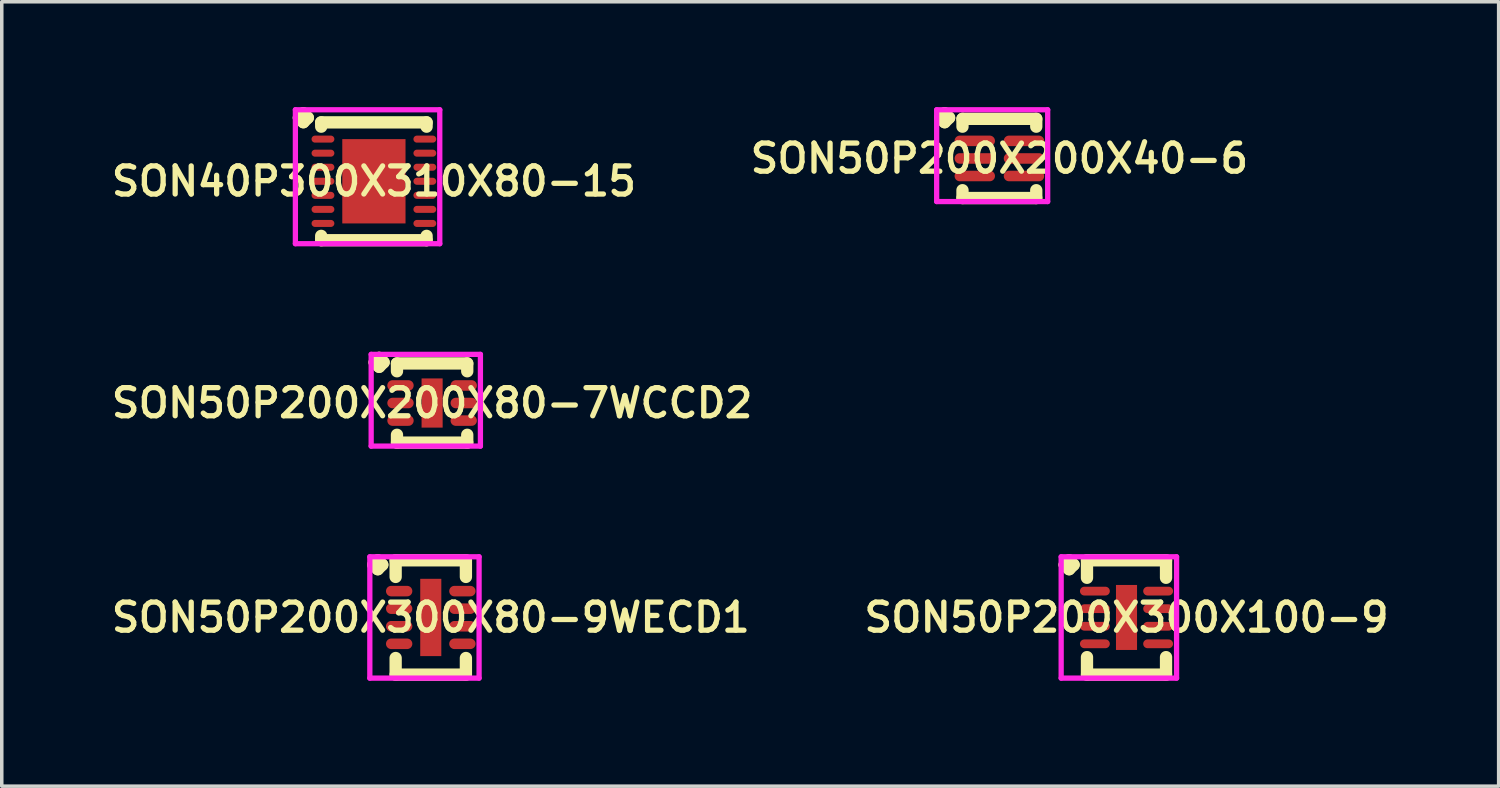
<source format=kicad_pcb>
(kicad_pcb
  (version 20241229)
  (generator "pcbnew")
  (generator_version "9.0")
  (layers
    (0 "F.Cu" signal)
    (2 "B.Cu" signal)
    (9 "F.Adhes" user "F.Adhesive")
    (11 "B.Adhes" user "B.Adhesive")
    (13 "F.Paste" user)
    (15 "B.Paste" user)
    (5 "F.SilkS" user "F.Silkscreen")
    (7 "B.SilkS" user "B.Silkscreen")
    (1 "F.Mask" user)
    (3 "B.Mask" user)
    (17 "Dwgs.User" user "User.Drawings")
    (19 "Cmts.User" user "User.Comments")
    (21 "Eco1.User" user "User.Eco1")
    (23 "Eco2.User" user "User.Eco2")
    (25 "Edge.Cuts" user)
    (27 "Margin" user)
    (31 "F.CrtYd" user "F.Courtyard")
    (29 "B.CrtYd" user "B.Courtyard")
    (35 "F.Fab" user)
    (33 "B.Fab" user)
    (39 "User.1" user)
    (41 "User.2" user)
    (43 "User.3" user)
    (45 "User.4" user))
  (footprint "SON50P200X200X80-7WCCD2"
    (layer "F.Cu")
    (at 9.25 8.422)
    (property "Reference" "SON50P200X200X80-7WCCD2" (at 0 0 0) (layer "F.SilkS") (effects (font (size 0.8 0.8) (thickness 0.15))))
    (attr smd)
    (fp_line (start -1.635 -1.158) (end -1.508 -1.285) (stroke (width 0.35) (type solid)) (layer "F.SilkS"))
    (fp_line (start -1.508 -1.285) (end -1.381 -1.158) (stroke (width 0.35) (type solid)) (layer "F.SilkS"))
    (fp_line (start -1.508 -1.031) (end -1.635 -1.158) (stroke (width 0.35) (type solid)) (layer "F.SilkS"))
    (fp_line (start -1.381 -1.158) (end -1.508 -1.031) (stroke (width 0.35) (type solid)) (layer "F.SilkS"))
    (fp_line (start -1 -1.127) (end 1 -1.127) (stroke (width 0.35) (type solid)) (layer "F.SilkS"))
    (fp_line (start -1 -0.904) (end -1 -1.127) (stroke (width 0.35) (type solid)) (layer "F.SilkS"))
    (fp_line (start -1 0.904) (end -1 1.127) (stroke (width 0.35) (type solid)) (layer "F.SilkS"))
    (fp_line (start -1 1.127) (end 1 1.127) (stroke (width 0.35) (type solid)) (layer "F.SilkS"))
    (fp_line (start 1 -1.127) (end 1 -0.904) (stroke (width 0.35) (type solid)) (layer "F.SilkS"))
    (fp_line (start 1 1.127) (end 1 0.904) (stroke (width 0.35) (type solid)) (layer "F.SilkS"))
    (fp_line (start -1.735 -1.385) (end 1.375 -1.385) (stroke (width 0.15) (type solid)) (layer "F.CrtYd"))
    (fp_line (start -1.735 1.227) (end -1.735 -1.385) (stroke (width 0.15) (type solid)) (layer "F.CrtYd"))
    (fp_line (start 1.375 -1.385) (end 1.375 1.227) (stroke (width 0.15) (type solid)) (layer "F.CrtYd"))
    (fp_line (start 1.375 1.227) (end -1.735 1.227) (stroke (width 0.15) (type solid)) (layer "F.CrtYd"))
    (pad "1" smd oval (at -0.9 -0.5) (size 0.75 0.3) (layers "F.Cu" "F.Mask" "F.Paste"))
    (pad "2" smd oval (at -0.9 0) (size 0.75 0.3) (layers "F.Cu" "F.Mask" "F.Paste"))
    (pad "3" smd oval (at -0.9 0.5) (size 0.75 0.3) (layers "F.Cu" "F.Mask" "F.Paste"))
    (pad "4" smd oval (at 0.9 0.5) (size 0.75 0.3) (layers "F.Cu" "F.Mask" "F.Paste"))
    (pad "5" smd oval (at 0.9 0) (size 0.75 0.3) (layers "F.Cu" "F.Mask" "F.Paste"))
    (pad "6" smd oval (at 0.9 -0.5) (size 0.75 0.3) (layers "F.Cu" "F.Mask" "F.Paste"))
    (pad "7" smd rect (at 0 0) (size 0.6 1.4) (layers "F.Cu" "F.Mask" "F.Paste")))
  (footprint "SON50P200X200X40-6"
    (layer "F.Cu")
    (at 25.397 1.46)
    (property "Reference" "SON50P200X200X40-6" (at 0 0 0) (layer "F.SilkS") (effects (font (size 0.8 0.8) (thickness 0.15))))
    (attr smd)
    (fp_line (start -1.685 -1.158) (end -1.558 -1.285) (stroke (width 0.35) (type solid)) (layer "F.SilkS"))
    (fp_line (start -1.558 -1.285) (end -1.431 -1.158) (stroke (width 0.35) (type solid)) (layer "F.SilkS"))
    (fp_line (start -1.558 -1.031) (end -1.685 -1.158) (stroke (width 0.35) (type solid)) (layer "F.SilkS"))
    (fp_line (start -1.431 -1.158) (end -1.558 -1.031) (stroke (width 0.35) (type solid)) (layer "F.SilkS"))
    (fp_line (start -1.05 -1.127) (end 1.05 -1.127) (stroke (width 0.35) (type solid)) (layer "F.SilkS"))
    (fp_line (start -1.05 -0.904) (end -1.05 -1.127) (stroke (width 0.35) (type solid)) (layer "F.SilkS"))
    (fp_line (start -1.05 0.904) (end -1.05 1.127) (stroke (width 0.35) (type solid)) (layer "F.SilkS"))
    (fp_line (start -1.05 1.127) (end 1.05 1.127) (stroke (width 0.35) (type solid)) (layer "F.SilkS"))
    (fp_line (start 1.05 -1.127) (end 1.05 -0.904) (stroke (width 0.35) (type solid)) (layer "F.SilkS"))
    (fp_line (start 1.05 1.127) (end 1.05 0.904) (stroke (width 0.35) (type solid)) (layer "F.SilkS"))
    (fp_line (start -1.785 -1.385) (end 1.375 -1.385) (stroke (width 0.15) (type solid)) (layer "F.CrtYd"))
    (fp_line (start -1.785 1.227) (end -1.785 -1.385) (stroke (width 0.15) (type solid)) (layer "F.CrtYd"))
    (fp_line (start 1.375 -1.385) (end 1.375 1.227) (stroke (width 0.15) (type solid)) (layer "F.CrtYd"))
    (fp_line (start 1.375 1.227) (end -1.785 1.227) (stroke (width 0.15) (type solid)) (layer "F.CrtYd"))
    (pad "1" smd oval (at -0.7 -0.5) (size 1.15 0.3) (layers "F.Cu" "F.Mask" "F.Paste"))
    (pad "2" smd oval (at -0.7 0) (size 1.15 0.3) (layers "F.Cu" "F.Mask" "F.Paste"))
    (pad "3" smd oval (at -0.7 0.5) (size 1.15 0.3) (layers "F.Cu" "F.Mask" "F.Paste"))
    (pad "4" smd oval (at 0.7 0.5) (size 1.15 0.3) (layers "F.Cu" "F.Mask" "F.Paste"))
    (pad "5" smd oval (at 0.7 0) (size 1.15 0.3) (layers "F.Cu" "F.Mask" "F.Paste"))
    (pad "6" smd oval (at 0.7 -0.5) (size 1.15 0.3) (layers "F.Cu" "F.Mask" "F.Paste")))
  (footprint "SON50P200X300X80-9WECD1"
    (layer "F.Cu")
    (at 9.212 14.526)
    (property "Reference" "SON50P200X300X80-9WECD1" (at 0 0 0) (layer "F.SilkS") (effects (font (size 0.8 0.8) (thickness 0.15))))
    (attr smd)
    (fp_line (start -1.635 -1.5) (end -1.508 -1.627) (stroke (width 0.35) (type solid)) (layer "F.SilkS"))
    (fp_line (start -1.508 -1.627) (end -1.381 -1.5) (stroke (width 0.35) (type solid)) (layer "F.SilkS"))
    (fp_line (start -1.508 -1.373) (end -1.635 -1.5) (stroke (width 0.35) (type solid)) (layer "F.SilkS"))
    (fp_line (start -1.381 -1.5) (end -1.508 -1.373) (stroke (width 0.35) (type solid)) (layer "F.SilkS"))
    (fp_line (start -1 -1.627) (end 1 -1.627) (stroke (width 0.35) (type solid)) (layer "F.SilkS"))
    (fp_line (start -1 -1.154) (end -1 -1.627) (stroke (width 0.35) (type solid)) (layer "F.SilkS"))
    (fp_line (start -1 1.154) (end -1 1.627) (stroke (width 0.35) (type solid)) (layer "F.SilkS"))
    (fp_line (start -1 1.627) (end 1 1.627) (stroke (width 0.35) (type solid)) (layer "F.SilkS"))
    (fp_line (start 1 -1.627) (end 1 -1.154) (stroke (width 0.35) (type solid)) (layer "F.SilkS"))
    (fp_line (start 1 1.627) (end 1 1.154) (stroke (width 0.35) (type solid)) (layer "F.SilkS"))
    (fp_line (start -1.735 -1.727) (end 1.375 -1.727) (stroke (width 0.15) (type solid)) (layer "F.CrtYd"))
    (fp_line (start -1.735 1.727) (end -1.735 -1.727) (stroke (width 0.15) (type solid)) (layer "F.CrtYd"))
    (fp_line (start 1.375 -1.727) (end 1.375 1.727) (stroke (width 0.15) (type solid)) (layer "F.CrtYd"))
    (fp_line (start 1.375 1.727) (end -1.735 1.727) (stroke (width 0.15) (type solid)) (layer "F.CrtYd"))
    (pad "1" smd oval (at -0.9 -0.75) (size 0.75 0.3) (layers "F.Cu" "F.Mask" "F.Paste"))
    (pad "2" smd oval (at -0.9 -0.25) (size 0.75 0.3) (layers "F.Cu" "F.Mask" "F.Paste"))
    (pad "3" smd oval (at -0.9 0.25) (size 0.75 0.3) (layers "F.Cu" "F.Mask" "F.Paste"))
    (pad "4" smd oval (at -0.9 0.75) (size 0.75 0.3) (layers "F.Cu" "F.Mask" "F.Paste"))
    (pad "5" smd oval (at 0.9 0.75) (size 0.75 0.3) (layers "F.Cu" "F.Mask" "F.Paste"))
    (pad "6" smd oval (at 0.9 0.25) (size 0.75 0.3) (layers "F.Cu" "F.Mask" "F.Paste"))
    (pad "7" smd oval (at 0.9 -0.25) (size 0.75 0.3) (layers "F.Cu" "F.Mask" "F.Paste"))
    (pad "8" smd oval (at 0.9 -0.75) (size 0.75 0.3) (layers "F.Cu" "F.Mask" "F.Paste"))
    (pad "9" smd rect (at 0 0) (size 0.6 2.2) (layers "F.Cu" "F.Mask" "F.Paste")))
  (footprint "SON40P300X310X80-15"
    (layer "F.Cu")
    (at 7.593 2.11)
    (property "Reference" "SON40P300X310X80-15" (at 0 0 0) (layer "F.SilkS") (effects (font (size 0.8 0.8) (thickness 0.15))))
    (attr smd)
    (fp_line (start -2.135 -1.808) (end -2.008 -1.935) (stroke (width 0.35) (type solid)) (layer "F.SilkS"))
    (fp_line (start -2.008 -1.935) (end -1.881 -1.808) (stroke (width 0.35) (type solid)) (layer "F.SilkS"))
    (fp_line (start -2.008 -1.681) (end -2.135 -1.808) (stroke (width 0.35) (type solid)) (layer "F.SilkS"))
    (fp_line (start -1.881 -1.808) (end -2.008 -1.681) (stroke (width 0.35) (type solid)) (layer "F.SilkS"))
    (fp_line (start -1.5 -1.677) (end 1.5 -1.677) (stroke (width 0.35) (type solid)) (layer "F.SilkS"))
    (fp_line (start -1.5 -1.554) (end -1.5 -1.677) (stroke (width 0.35) (type solid)) (layer "F.SilkS"))
    (fp_line (start -1.5 1.554) (end -1.5 1.677) (stroke (width 0.35) (type solid)) (layer "F.SilkS"))
    (fp_line (start -1.5 1.677) (end 1.5 1.677) (stroke (width 0.35) (type solid)) (layer "F.SilkS"))
    (fp_line (start 1.5 -1.677) (end 1.5 -1.554) (stroke (width 0.35) (type solid)) (layer "F.SilkS"))
    (fp_line (start 1.5 1.677) (end 1.5 1.554) (stroke (width 0.35) (type solid)) (layer "F.SilkS"))
    (fp_line (start -2.235 -2.035) (end 1.875 -2.035) (stroke (width 0.15) (type solid)) (layer "F.CrtYd"))
    (fp_line (start -2.235 1.777) (end -2.235 -2.035) (stroke (width 0.15) (type solid)) (layer "F.CrtYd"))
    (fp_line (start 1.875 -2.035) (end 1.875 1.777) (stroke (width 0.15) (type solid)) (layer "F.CrtYd"))
    (fp_line (start 1.875 1.777) (end -2.235 1.777) (stroke (width 0.15) (type solid)) (layer "F.CrtYd"))
    (pad "1" smd oval (at -1.45 -1.2) (size 0.65 0.2) (layers "F.Cu" "F.Mask" "F.Paste"))
    (pad "2" smd oval (at -1.45 -0.8) (size 0.65 0.2) (layers "F.Cu" "F.Mask" "F.Paste"))
    (pad "3" smd oval (at -1.45 -0.4) (size 0.65 0.2) (layers "F.Cu" "F.Mask" "F.Paste"))
    (pad "4" smd oval (at -1.45 0) (size 0.65 0.2) (layers "F.Cu" "F.Mask" "F.Paste"))
    (pad "5" smd oval (at -1.45 0.4) (size 0.65 0.2) (layers "F.Cu" "F.Mask" "F.Paste"))
    (pad "6" smd oval (at -1.45 0.8) (size 0.65 0.2) (layers "F.Cu" "F.Mask" "F.Paste"))
    (pad "7" smd oval (at -1.45 1.2) (size 0.65 0.2) (layers "F.Cu" "F.Mask" "F.Paste"))
    (pad "8" smd oval (at 1.45 1.2) (size 0.65 0.2) (layers "F.Cu" "F.Mask" "F.Paste"))
    (pad "9" smd oval (at 1.45 0.8) (size 0.65 0.2) (layers "F.Cu" "F.Mask" "F.Paste"))
    (pad "10" smd oval (at 1.45 0.4) (size 0.65 0.2) (layers "F.Cu" "F.Mask" "F.Paste"))
    (pad "11" smd oval (at 1.45 0) (size 0.65 0.2) (layers "F.Cu" "F.Mask" "F.Paste"))
    (pad "12" smd oval (at 1.45 -0.4) (size 0.65 0.2) (layers "F.Cu" "F.Mask" "F.Paste"))
    (pad "13" smd oval (at 1.45 -0.8) (size 0.65 0.2) (layers "F.Cu" "F.Mask" "F.Paste"))
    (pad "14" smd oval (at 1.45 -1.2) (size 0.65 0.2) (layers "F.Cu" "F.Mask" "F.Paste"))
    (pad "15" smd rect (at 0 0) (size 1.8 2.4) (layers "F.Cu" "F.Mask" "F.Paste")))
  (footprint "SON50P200X300X100-9"
    (layer "F.Cu")
    (at 29.016 14.526)
    (property "Reference" "SON50P200X300X100-9" (at 0 0 0) (layer "F.SilkS") (effects (font (size 0.8 0.8) (thickness 0.15))))
    (attr smd)
    (fp_line (start -1.76 -1.5) (end -1.633 -1.627) (stroke (width 0.35) (type solid)) (layer "F.SilkS"))
    (fp_line (start -1.633 -1.627) (end -1.506 -1.5) (stroke (width 0.35) (type solid)) (layer "F.SilkS"))
    (fp_line (start -1.633 -1.373) (end -1.76 -1.5) (stroke (width 0.35) (type solid)) (layer "F.SilkS"))
    (fp_line (start -1.506 -1.5) (end -1.633 -1.373) (stroke (width 0.35) (type solid)) (layer "F.SilkS"))
    (fp_line (start -1.125 -1.627) (end 1.125 -1.627) (stroke (width 0.35) (type solid)) (layer "F.SilkS"))
    (fp_line (start -1.125 -1.129) (end -1.125 -1.627) (stroke (width 0.35) (type solid)) (layer "F.SilkS"))
    (fp_line (start -1.125 1.129) (end -1.125 1.627) (stroke (width 0.35) (type solid)) (layer "F.SilkS"))
    (fp_line (start -1.125 1.627) (end 1.125 1.627) (stroke (width 0.35) (type solid)) (layer "F.SilkS"))
    (fp_line (start 1.125 -1.627) (end 1.125 -1.129) (stroke (width 0.35) (type solid)) (layer "F.SilkS"))
    (fp_line (start 1.125 1.627) (end 1.125 1.129) (stroke (width 0.35) (type solid)) (layer "F.SilkS"))
    (fp_line (start -1.86 -1.727) (end 1.425 -1.727) (stroke (width 0.15) (type solid)) (layer "F.CrtYd"))
    (fp_line (start -1.86 1.727) (end -1.86 -1.727) (stroke (width 0.15) (type solid)) (layer "F.CrtYd"))
    (fp_line (start 1.425 -1.727) (end 1.425 1.727) (stroke (width 0.15) (type solid)) (layer "F.CrtYd"))
    (fp_line (start 1.425 1.727) (end -1.86 1.727) (stroke (width 0.15) (type solid)) (layer "F.CrtYd"))
    (pad "1" smd oval (at -0.9 -0.75) (size 0.85 0.25) (layers "F.Cu" "F.Mask" "F.Paste"))
    (pad "2" smd oval (at -0.9 -0.25) (size 0.85 0.25) (layers "F.Cu" "F.Mask" "F.Paste"))
    (pad "3" smd oval (at -0.9 0.25) (size 0.85 0.25) (layers "F.Cu" "F.Mask" "F.Paste"))
    (pad "4" smd oval (at -0.9 0.75) (size 0.85 0.25) (layers "F.Cu" "F.Mask" "F.Paste"))
    (pad "5" smd oval (at 0.9 0.75) (size 0.85 0.25) (layers "F.Cu" "F.Mask" "F.Paste"))
    (pad "6" smd oval (at 0.9 0.25) (size 0.85 0.25) (layers "F.Cu" "F.Mask" "F.Paste"))
    (pad "7" smd oval (at 0.9 -0.25) (size 0.85 0.25) (layers "F.Cu" "F.Mask" "F.Paste"))
    (pad "8" smd oval (at 0.9 -0.75) (size 0.85 0.25) (layers "F.Cu" "F.Mask" "F.Paste"))
    (pad "9" smd rect (at 0 0) (size 0.6 1.85) (layers "F.Cu" "F.Mask" "F.Paste")))
  (gr_rect
    (start -3 -3)
    (end 39.609 19.328)
    (stroke (width 0.1) (type default))
    (fill no)
    (layer "Edge.Cuts")))
</source>
